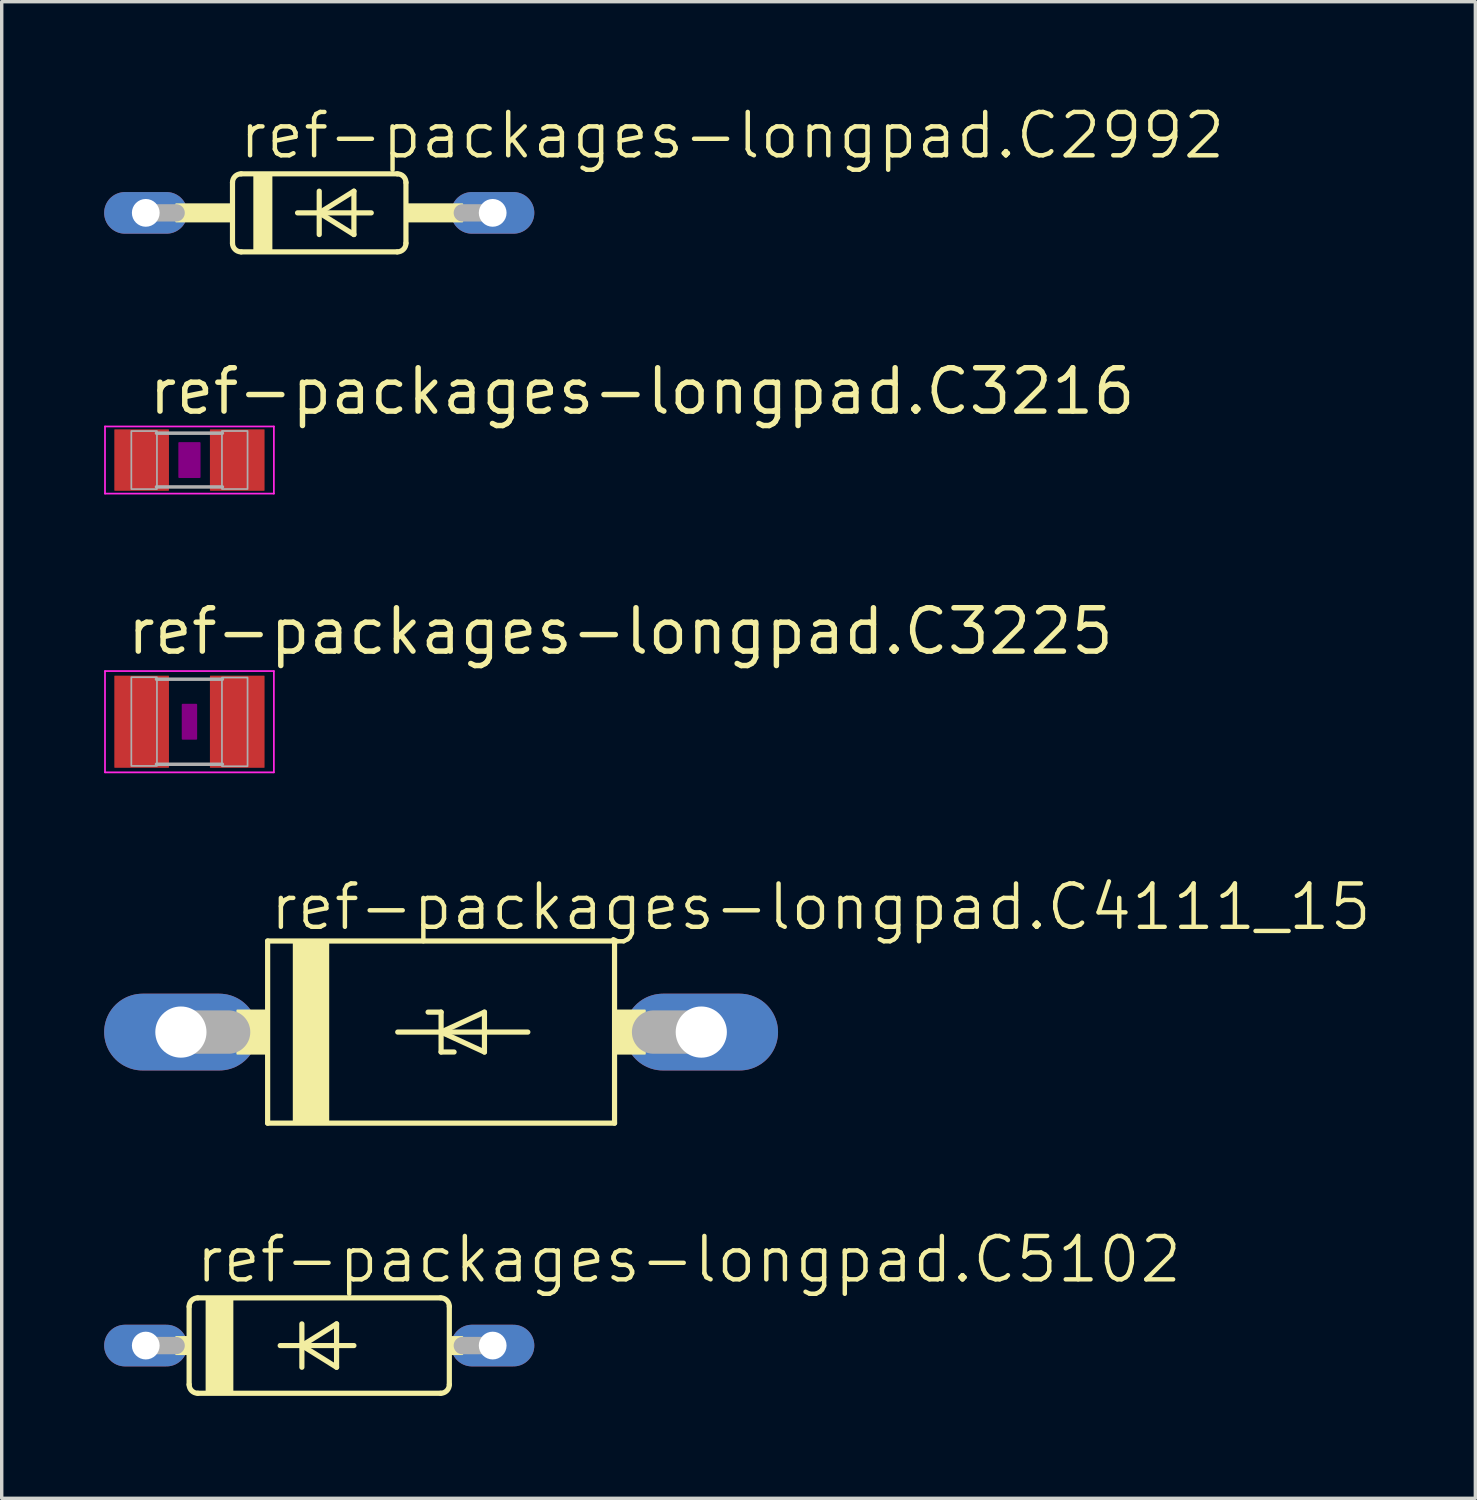
<source format=kicad_pcb>
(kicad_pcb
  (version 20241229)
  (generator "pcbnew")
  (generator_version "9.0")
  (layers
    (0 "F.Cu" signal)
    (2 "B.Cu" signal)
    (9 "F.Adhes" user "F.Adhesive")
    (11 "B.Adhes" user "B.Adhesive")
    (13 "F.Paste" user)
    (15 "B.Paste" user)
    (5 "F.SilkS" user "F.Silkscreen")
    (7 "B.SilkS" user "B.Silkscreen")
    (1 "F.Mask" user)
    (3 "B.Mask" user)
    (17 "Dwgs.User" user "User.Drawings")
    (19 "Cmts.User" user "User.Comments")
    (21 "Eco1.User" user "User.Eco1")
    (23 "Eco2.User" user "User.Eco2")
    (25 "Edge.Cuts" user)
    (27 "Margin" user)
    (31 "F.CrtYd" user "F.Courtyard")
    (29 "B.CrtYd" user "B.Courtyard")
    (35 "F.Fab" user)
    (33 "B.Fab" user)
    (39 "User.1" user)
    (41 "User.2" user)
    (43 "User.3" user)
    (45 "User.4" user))
  (footprint "ref-packages-longpad.C4111_15"
    (layer "F.Cu")
    (at 9.868 27.176)
    (property "Reference" "ref-packages-longpad.C4111_15" (at -5.08 -2.921 0) (layer "F.SilkS") (effects (font (size 1.27 1.27) (thickness 0.13)) (justify left bottom)))
    (attr through_hole)
    (fp_line (start -5.08 -2.667) (end 5.08 -2.667) (stroke (width 0.152) (type default)) (layer "F.SilkS"))
    (fp_line (start -5.08 2.667) (end -5.08 -2.667) (stroke (width 0.152) (type default)) (layer "F.SilkS"))
    (fp_line (start -1.27 0) (end 0 0) (stroke (width 0.152) (type default)) (layer "F.SilkS"))
    (fp_line (start -0.381 -0.584) (end 0 -0.584) (stroke (width 0.152) (type default)) (layer "F.SilkS"))
    (fp_line (start 0 -0.584) (end 0 0) (stroke (width 0.152) (type default)) (layer "F.SilkS"))
    (fp_line (start 0 0) (end 0 0.584) (stroke (width 0.152) (type default)) (layer "F.SilkS"))
    (fp_line (start 0 0) (end 1.27 -0.584) (stroke (width 0.152) (type default)) (layer "F.SilkS"))
    (fp_line (start 0 0) (end 2.54 0) (stroke (width 0.152) (type default)) (layer "F.SilkS"))
    (fp_line (start 0 0.584) (end 0.381 0.584) (stroke (width 0.152) (type default)) (layer "F.SilkS"))
    (fp_line (start 1.27 -0.584) (end 1.27 0.584) (stroke (width 0.152) (type default)) (layer "F.SilkS"))
    (fp_line (start 1.27 0.584) (end 0 0) (stroke (width 0.152) (type default)) (layer "F.SilkS"))
    (fp_line (start 5.08 -2.667) (end 5.08 2.667) (stroke (width 0.152) (type default)) (layer "F.SilkS"))
    (fp_line (start 5.08 2.667) (end -5.08 2.667) (stroke (width 0.152) (type default)) (layer "F.SilkS"))
    (fp_rect (start -5.969 0.635) (end -5.08 -0.635) (stroke (width 0.05) (type default)) (fill yes) (layer "F.SilkS"))
    (fp_rect (start -4.318 2.667) (end -3.302 -2.667) (stroke (width 0.05) (type default)) (fill yes) (layer "F.SilkS"))
    (fp_rect (start 5.08 0.635) (end 5.969 -0.635) (stroke (width 0.05) (type default)) (fill yes) (layer "F.SilkS"))
    (fp_line (start -7.62 0) (end -6.223 0) (stroke (width 1.27) (type default)) (layer "F.Fab"))
    (fp_line (start 7.62 0) (end 6.223 0) (stroke (width 1.27) (type default)) (layer "F.Fab"))
    (pad "A" thru_hole oval (at 7.62 0) (size 4.496 2.248) (drill 1.499) (layers "*.Cu" "*.Mask"))
    (pad "C" thru_hole oval (at -7.62 0) (size 4.496 2.248) (drill 1.499) (layers "*.Cu" "*.Mask")))
  (footprint "ref-packages-longpad.C3225"
    (layer "F.Cu")
    (at 2.498 18.087)
    (property "Reference" "ref-packages-longpad.C3225" (at -1.905 -1.905 0) (layer "F.SilkS") (effects (font (size 1.27 1.27) (thickness 0.16)) (justify left bottom)))
    (attr smd)
    (fp_rect (start -0.2 0.5) (end 0.2 -0.5) (stroke (width 0.05) (type default)) (fill yes) (layer "F.Adhes"))
    (fp_line (start -2.473 -1.483) (end 2.473 -1.483) (stroke (width 0.051) (type default)) (layer "F.CrtYd"))
    (fp_line (start -2.473 1.483) (end -2.473 -1.483) (stroke (width 0.051) (type default)) (layer "F.CrtYd"))
    (fp_line (start 2.473 -1.483) (end 2.473 1.483) (stroke (width 0.051) (type default)) (layer "F.CrtYd"))
    (fp_line (start 2.473 1.483) (end -2.473 1.483) (stroke (width 0.051) (type default)) (layer "F.CrtYd"))
    (fp_line (start -0.965 -1.245) (end 0.965 -1.245) (stroke (width 0.102) (type default)) (layer "F.Fab"))
    (fp_line (start -0.965 1.245) (end 0.965 1.245) (stroke (width 0.102) (type default)) (layer "F.Fab"))
    (fp_rect (start -1.702 1.295) (end -0.952 -1.304) (stroke (width 0.05) (type default)) (fill no) (layer "F.Fab"))
    (fp_rect (start 0.952 1.304) (end 1.702 -1.295) (stroke (width 0.05) (type default)) (fill no) (layer "F.Fab"))
    (pad "1" smd roundrect (at -1.4 0) (size 1.6 2.7) (layers "F.Cu" "F.Mask" "F.Paste") (roundrect_rratio 0.01))
    (pad "2" smd roundrect (at 1.4 0) (size 1.6 2.7) (layers "F.Cu" "F.Mask" "F.Paste") (roundrect_rratio 0.01)))
  (footprint "ref-packages-longpad.C3216"
    (layer "F.Cu")
    (at 2.498 10.423)
    (property "Reference" "ref-packages-longpad.C3216" (at -1.27 -1.27 0) (layer "F.SilkS") (effects (font (size 1.27 1.27) (thickness 0.16)) (justify left bottom)))
    (attr smd)
    (fp_rect (start -0.3 0.5) (end 0.3 -0.5) (stroke (width 0.05) (type default)) (fill yes) (layer "F.Adhes"))
    (fp_line (start -2.473 -0.983) (end 2.473 -0.983) (stroke (width 0.051) (type default)) (layer "F.CrtYd"))
    (fp_line (start -2.473 0.983) (end -2.473 -0.983) (stroke (width 0.051) (type default)) (layer "F.CrtYd"))
    (fp_line (start 2.473 -0.983) (end 2.473 0.983) (stroke (width 0.051) (type default)) (layer "F.CrtYd"))
    (fp_line (start 2.473 0.983) (end -2.473 0.983) (stroke (width 0.051) (type default)) (layer "F.CrtYd"))
    (fp_line (start -0.965 -0.787) (end 0.965 -0.787) (stroke (width 0.102) (type default)) (layer "F.Fab"))
    (fp_line (start -0.965 0.787) (end 0.965 0.787) (stroke (width 0.102) (type default)) (layer "F.Fab"))
    (fp_rect (start -1.702 0.851) (end -0.952 -0.849) (stroke (width 0.05) (type default)) (fill no) (layer "F.Fab"))
    (fp_rect (start 0.952 0.849) (end 1.702 -0.851) (stroke (width 0.05) (type default)) (fill no) (layer "F.Fab"))
    (pad "1" smd roundrect (at -1.4 0) (size 1.6 1.8) (layers "F.Cu" "F.Mask" "F.Paste") (roundrect_rratio 0.01))
    (pad "2" smd roundrect (at 1.4 0) (size 1.6 1.8) (layers "F.Cu" "F.Mask" "F.Paste") (roundrect_rratio 0.01)))
  (footprint "ref-packages-longpad.C5102"
    (layer "F.Cu")
    (at 6.299 36.357)
    (property "Reference" "ref-packages-longpad.C5102" (at -3.683 -1.778 0) (layer "F.SilkS") (effects (font (size 1.27 1.27) (thickness 0.13)) (justify left bottom)))
    (attr through_hole)
    (fp_line (start -3.81 -1.143) (end -3.81 1.143) (stroke (width 0.152) (type default)) (layer "F.SilkS"))
    (fp_line (start -3.556 -1.397) (end 3.556 -1.397) (stroke (width 0.152) (type default)) (layer "F.SilkS"))
    (fp_line (start -3.556 1.397) (end 3.556 1.397) (stroke (width 0.152) (type default)) (layer "F.SilkS"))
    (fp_line (start -1.143 0) (end -0.508 0) (stroke (width 0.152) (type default)) (layer "F.SilkS"))
    (fp_line (start -0.508 -0.635) (end -0.508 0) (stroke (width 0.152) (type default)) (layer "F.SilkS"))
    (fp_line (start -0.508 0) (end -0.508 0.635) (stroke (width 0.152) (type default)) (layer "F.SilkS"))
    (fp_line (start -0.508 0) (end 0.508 -0.635) (stroke (width 0.152) (type default)) (layer "F.SilkS"))
    (fp_line (start -0.508 0) (end 1.016 0) (stroke (width 0.152) (type default)) (layer "F.SilkS"))
    (fp_line (start 0.508 -0.635) (end 0.508 0.635) (stroke (width 0.152) (type default)) (layer "F.SilkS"))
    (fp_line (start 0.508 0.635) (end -0.508 0) (stroke (width 0.152) (type default)) (layer "F.SilkS"))
    (fp_line (start 3.81 1.143) (end 3.81 -1.143) (stroke (width 0.152) (type default)) (layer "F.SilkS"))
    (fp_rect (start -4.191 0.254) (end -3.81 -0.254) (stroke (width 0.05) (type default)) (fill yes) (layer "F.SilkS"))
    (fp_rect (start -3.302 1.397) (end -2.54 -1.397) (stroke (width 0.05) (type default)) (fill yes) (layer "F.SilkS"))
    (fp_rect (start 3.81 0.254) (end 4.191 -0.254) (stroke (width 0.05) (type default)) (fill yes) (layer "F.SilkS"))
    (fp_arc (start -3.81 -1.143) (mid -3.735605 -1.322605) (end -3.556 -1.397) (stroke (width 0.1524) (type default)) (layer "F.SilkS"))
    (fp_arc (start -3.556 1.397) (mid -3.735605 1.322605) (end -3.81 1.143) (stroke (width 0.1524) (type default)) (layer "F.SilkS"))
    (fp_arc (start 3.556 -1.397) (mid 3.735605 -1.322605) (end 3.81 -1.143) (stroke (width 0.1524) (type default)) (layer "F.SilkS"))
    (fp_arc (start 3.81 1.143) (mid 3.735605 1.322605) (end 3.556 1.397) (stroke (width 0.1524) (type default)) (layer "F.SilkS"))
    (fp_line (start -5.08 0) (end -4.191 0) (stroke (width 0.508) (type default)) (layer "F.Fab"))
    (fp_line (start 5.08 0) (end 4.191 0) (stroke (width 0.508) (type default)) (layer "F.Fab"))
    (pad "A" thru_hole oval (at 5.08 0) (size 2.438 1.219) (drill 0.813) (layers "*.Cu" "*.Mask"))
    (pad "C" thru_hole oval (at -5.08 0) (size 2.438 1.219) (drill 0.813) (layers "*.Cu" "*.Mask")))
  (footprint "ref-packages-longpad.C2992"
    (layer "F.Cu")
    (at 6.299 3.184)
    (property "Reference" "ref-packages-longpad.C2992" (at -2.413 -1.524 0) (layer "F.SilkS") (effects (font (size 1.27 1.27) (thickness 0.13)) (justify left bottom)))
    (attr through_hole)
    (fp_line (start -2.54 -0.889) (end -2.54 0.889) (stroke (width 0.152) (type default)) (layer "F.SilkS"))
    (fp_line (start -2.286 -1.143) (end 2.286 -1.143) (stroke (width 0.152) (type default)) (layer "F.SilkS"))
    (fp_line (start -2.286 1.143) (end 2.286 1.143) (stroke (width 0.152) (type default)) (layer "F.SilkS"))
    (fp_line (start -0.635 0) (end 0 0) (stroke (width 0.152) (type default)) (layer "F.SilkS"))
    (fp_line (start 0 -0.635) (end 0 0) (stroke (width 0.152) (type default)) (layer "F.SilkS"))
    (fp_line (start 0 0) (end 0 0.635) (stroke (width 0.152) (type default)) (layer "F.SilkS"))
    (fp_line (start 0 0) (end 1.016 -0.635) (stroke (width 0.152) (type default)) (layer "F.SilkS"))
    (fp_line (start 0 0) (end 1.524 0) (stroke (width 0.152) (type default)) (layer "F.SilkS"))
    (fp_line (start 1.016 -0.635) (end 1.016 0.635) (stroke (width 0.152) (type default)) (layer "F.SilkS"))
    (fp_line (start 1.016 0.635) (end 0 0) (stroke (width 0.152) (type default)) (layer "F.SilkS"))
    (fp_line (start 2.54 0.889) (end 2.54 -0.889) (stroke (width 0.152) (type default)) (layer "F.SilkS"))
    (fp_rect (start -4.191 0.254) (end -2.54 -0.254) (stroke (width 0.05) (type default)) (fill yes) (layer "F.SilkS"))
    (fp_rect (start -1.905 1.143) (end -1.397 -1.143) (stroke (width 0.05) (type default)) (fill yes) (layer "F.SilkS"))
    (fp_rect (start 2.54 0.254) (end 4.191 -0.254) (stroke (width 0.05) (type default)) (fill yes) (layer "F.SilkS"))
    (fp_arc (start -2.54 -0.889) (mid -2.465605 -1.068605) (end -2.286 -1.143) (stroke (width 0.1524) (type default)) (layer "F.SilkS"))
    (fp_arc (start -2.286 1.143) (mid -2.465605 1.068605) (end -2.54 0.889) (stroke (width 0.1524) (type default)) (layer "F.SilkS"))
    (fp_arc (start 2.286 -1.143) (mid 2.465605 -1.068605) (end 2.54 -0.889) (stroke (width 0.1524) (type default)) (layer "F.SilkS"))
    (fp_arc (start 2.54 0.889) (mid 2.465605 1.068605) (end 2.286 1.143) (stroke (width 0.1524) (type default)) (layer "F.SilkS"))
    (fp_line (start -5.08 0) (end -4.191 0) (stroke (width 0.508) (type default)) (layer "F.Fab"))
    (fp_line (start 5.08 0) (end 4.191 0) (stroke (width 0.508) (type default)) (layer "F.Fab"))
    (pad "A" thru_hole oval (at 5.08 0) (size 2.438 1.219) (drill 0.813) (layers "*.Cu" "*.Mask"))
    (pad "C" thru_hole oval (at -5.08 0) (size 2.438 1.219) (drill 0.813) (layers "*.Cu" "*.Mask")))
  (gr_rect
    (start -3 -3)
    (end 40.158 40.83)
    (stroke (width 0.1) (type default))
    (fill no)
    (layer "Edge.Cuts")))
</source>
